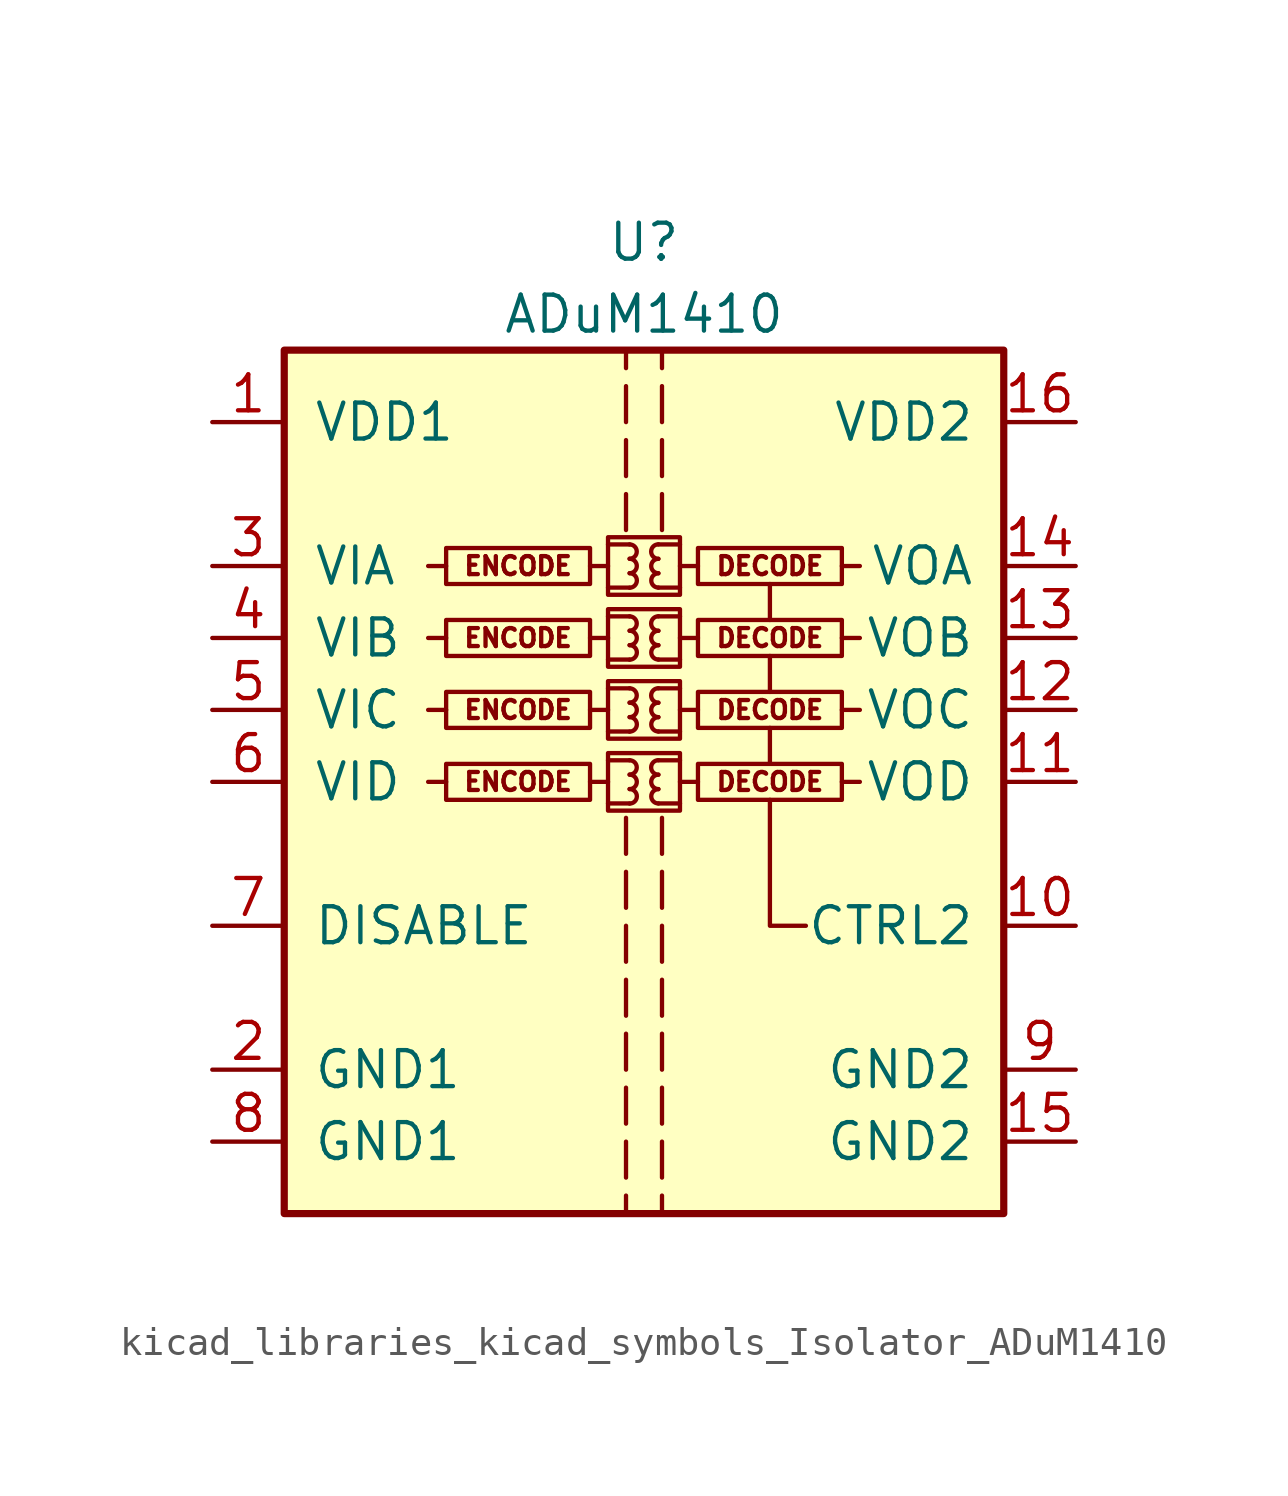
<source format=kicad_sym>
(kicad_symbol_lib
  (version 20220914)
  (generator kicad_symbol_editor)
  (symbol "kicad_libraries_kicad_symbols_Isolator_ADuM1410"
    (pin_names
      (offset 1.016))
    (property "Reference" "U"
      (at 0 19.05 0)
      (effects (font (size 1.27 1.27))))
    (property "Value" "ADuM1410"
      (at 0 16.51 0)
      (effects (font (size 1.27 1.27))))
    (symbol "kicad_libraries_kicad_symbols_Isolator_ADuM1410_0_0"
      (rectangle (start -1.905 0.635) (end -6.985 -0.635) (stroke (width 0) (type default)) (fill (type none)))
      (rectangle (start -1.27 1.016) (end 1.27 -1.016) (stroke (width 0) (type default)) (fill (type none)))
      (rectangle (start -1.27 3.556) (end 1.27 1.524) (stroke (width 0) (type default)) (fill (type none)))
      (rectangle (start -1.27 6.096) (end 1.27 4.064) (stroke (width 0) (type default)) (fill (type none)))
      (rectangle (start -1.27 8.636) (end 1.27 6.604) (stroke (width 0) (type default)) (fill (type none)))
      (arc (start -0.508 -0.762) (mid -0.2551 -0.508) (end -0.508 -0.254) (stroke (width 0) (type default)) (fill (type none)))
      (arc (start -0.508 -0.254) (mid -0.2551 0) (end -0.508 0.254) (stroke (width 0) (type default)) (fill (type none)))
      (arc (start -0.508 0.254) (mid -0.2551 0.508) (end -0.508 0.762) (stroke (width 0) (type default)) (fill (type none)))
      (arc (start -0.508 1.778) (mid -0.2551 2.032) (end -0.508 2.286) (stroke (width 0) (type default)) (fill (type none)))
      (arc (start -0.508 2.286) (mid -0.2551 2.54) (end -0.508 2.794) (stroke (width 0) (type default)) (fill (type none)))
      (arc (start -0.508 2.794) (mid -0.2551 3.048) (end -0.508 3.302) (stroke (width 0) (type default)) (fill (type none)))
      (arc (start -0.508 4.318) (mid -0.2551 4.572) (end -0.508 4.826) (stroke (width 0) (type default)) (fill (type none)))
      (arc (start -0.508 4.826) (mid -0.2551 5.08) (end -0.508 5.334) (stroke (width 0) (type default)) (fill (type none)))
      (arc (start -0.508 5.334) (mid -0.2551 5.588) (end -0.508 5.842) (stroke (width 0) (type default)) (fill (type none)))
      (arc (start -0.508 6.858) (mid -0.2551 7.112) (end -0.508 7.366) (stroke (width 0) (type default)) (fill (type none)))
      (arc (start -0.508 7.366) (mid -0.2551 7.62) (end -0.508 7.874) (stroke (width 0) (type default)) (fill (type none)))
      (arc (start -0.508 7.874) (mid -0.2551 8.128) (end -0.508 8.382) (stroke (width 0) (type default)) (fill (type none)))
      (polyline (pts (xy -6.985 0) (xy -7.62 0)) (stroke (width 0) (type default)) (fill (type none)))
      (polyline (pts (xy -6.985 2.54) (xy -7.62 2.54)) (stroke (width 0) (type default)) (fill (type none)))
      (polyline (pts (xy -6.985 5.08) (xy -7.62 5.08)) (stroke (width 0) (type default)) (fill (type none)))
      (polyline (pts (xy -6.985 7.62) (xy -7.62 7.62)) (stroke (width 0) (type default)) (fill (type none)))
      (polyline (pts (xy -1.905 0) (xy -1.27 0)) (stroke (width 0) (type default)) (fill (type none)))
      (polyline (pts (xy -1.905 2.54) (xy -1.27 2.54)) (stroke (width 0) (type default)) (fill (type none)))
      (polyline (pts (xy -1.905 5.08) (xy -1.27 5.08)) (stroke (width 0) (type default)) (fill (type none)))
      (polyline (pts (xy -1.905 7.62) (xy -1.27 7.62)) (stroke (width 0) (type default)) (fill (type none)))
      (polyline (pts (xy -1.27 -0.762) (xy -0.508 -0.762)) (stroke (width 0) (type default)) (fill (type none)))
      (polyline (pts (xy -1.27 0.762) (xy -0.508 0.762)) (stroke (width 0) (type default)) (fill (type none)))
      (polyline (pts (xy -1.27 1.778) (xy -0.508 1.778)) (stroke (width 0) (type default)) (fill (type none)))
      (polyline (pts (xy -1.27 3.302) (xy -0.508 3.302)) (stroke (width 0) (type default)) (fill (type none)))
      (polyline (pts (xy -1.27 4.318) (xy -0.508 4.318)) (stroke (width 0) (type default)) (fill (type none)))
      (polyline (pts (xy -1.27 5.842) (xy -0.508 5.842)) (stroke (width 0) (type default)) (fill (type none)))
      (polyline (pts (xy -1.27 6.858) (xy -0.508 6.858)) (stroke (width 0) (type default)) (fill (type none)))
      (polyline (pts (xy -1.27 8.382) (xy -0.508 8.382)) (stroke (width 0) (type default)) (fill (type none)))
      (polyline (pts (xy -0.635 -10.795) (xy -0.635 -12.065)) (stroke (width 0) (type default)) (fill (type none)))
      (polyline (pts (xy -0.635 -8.89) (xy -0.635 -10.16)) (stroke (width 0) (type default)) (fill (type none)))
      (polyline (pts (xy -0.635 -6.985) (xy -0.635 -8.255)) (stroke (width 0) (type default)) (fill (type none)))
      (polyline (pts (xy -0.635 -5.08) (xy -0.635 -6.35)) (stroke (width 0) (type default)) (fill (type none)))
      (polyline (pts (xy -0.635 -3.175) (xy -0.635 -4.445)) (stroke (width 0) (type default)) (fill (type none)))
      (polyline (pts (xy -0.635 -1.27) (xy -0.635 -2.54)) (stroke (width 0) (type default)) (fill (type none)))
      (polyline (pts (xy -0.635 8.89) (xy -0.635 10.16)) (stroke (width 0) (type default)) (fill (type none)))
      (polyline (pts (xy -0.635 10.795) (xy -0.635 12.065)) (stroke (width 0) (type default)) (fill (type none)))
      (polyline (pts (xy -0.635 12.7) (xy -0.635 13.97)) (stroke (width 0) (type default)) (fill (type none)))
      (polyline (pts (xy -0.635 15.24) (xy -0.635 14.605)) (stroke (width 0) (type default)) (fill (type none)))
      (polyline (pts (xy 0.635 -10.795) (xy 0.635 -12.065)) (stroke (width 0) (type default)) (fill (type none)))
      (polyline (pts (xy 0.635 -8.89) (xy 0.635 -10.16)) (stroke (width 0) (type default)) (fill (type none)))
      (polyline (pts (xy 0.635 -6.985) (xy 0.635 -8.255)) (stroke (width 0) (type default)) (fill (type none)))
      (polyline (pts (xy 0.635 -5.08) (xy 0.635 -6.35)) (stroke (width 0) (type default)) (fill (type none)))
      (polyline (pts (xy 0.635 -3.175) (xy 0.635 -4.445)) (stroke (width 0) (type default)) (fill (type none)))
      (polyline (pts (xy 0.635 -1.27) (xy 0.635 -2.54)) (stroke (width 0) (type default)) (fill (type none)))
      (polyline (pts (xy 0.635 8.89) (xy 0.635 10.16)) (stroke (width 0) (type default)) (fill (type none)))
      (polyline (pts (xy 0.635 12.065) (xy 0.635 10.795)) (stroke (width 0) (type default)) (fill (type none)))
      (polyline (pts (xy 0.635 13.97) (xy 0.635 12.7)) (stroke (width 0) (type default)) (fill (type none)))
      (polyline (pts (xy 0.635 14.605) (xy 0.635 15.24)) (stroke (width 0) (type default)) (fill (type none)))
      (polyline (pts (xy 1.27 -0.762) (xy 0.508 -0.762)) (stroke (width 0) (type default)) (fill (type none)))
      (polyline (pts (xy 1.27 0.762) (xy 0.508 0.762)) (stroke (width 0) (type default)) (fill (type none)))
      (polyline (pts (xy 1.27 1.778) (xy 0.508 1.778)) (stroke (width 0) (type default)) (fill (type none)))
      (polyline (pts (xy 1.27 3.302) (xy 0.508 3.302)) (stroke (width 0) (type default)) (fill (type none)))
      (polyline (pts (xy 1.27 4.318) (xy 0.508 4.318)) (stroke (width 0) (type default)) (fill (type none)))
      (polyline (pts (xy 1.27 5.842) (xy 0.508 5.842)) (stroke (width 0) (type default)) (fill (type none)))
      (polyline (pts (xy 1.27 6.858) (xy 0.508 6.858)) (stroke (width 0) (type default)) (fill (type none)))
      (polyline (pts (xy 1.27 8.382) (xy 0.508 8.382)) (stroke (width 0) (type default)) (fill (type none)))
      (polyline (pts (xy 1.905 0) (xy 1.27 0)) (stroke (width 0) (type default)) (fill (type none)))
      (polyline (pts (xy 1.905 2.54) (xy 1.27 2.54)) (stroke (width 0) (type default)) (fill (type none)))
      (polyline (pts (xy 1.905 5.08) (xy 1.27 5.08)) (stroke (width 0) (type default)) (fill (type none)))
      (polyline (pts (xy 1.905 7.62) (xy 1.27 7.62)) (stroke (width 0) (type default)) (fill (type none)))
      (polyline (pts (xy 4.445 0.635) (xy 4.445 1.905)) (stroke (width 0) (type default)) (fill (type none)))
      (polyline (pts (xy 4.445 3.175) (xy 4.445 4.445)) (stroke (width 0) (type default)) (fill (type none)))
      (polyline (pts (xy 4.445 5.715) (xy 4.445 6.985)) (stroke (width 0) (type default)) (fill (type none)))
      (polyline (pts (xy 6.985 0) (xy 7.62 0)) (stroke (width 0) (type default)) (fill (type none)))
      (polyline (pts (xy 6.985 2.54) (xy 7.62 2.54)) (stroke (width 0) (type default)) (fill (type none)))
      (polyline (pts (xy 6.985 5.08) (xy 7.62 5.08)) (stroke (width 0) (type default)) (fill (type none)))
      (polyline (pts (xy 6.985 7.62) (xy 7.62 7.62)) (stroke (width 0) (type default)) (fill (type none)))
      (polyline (pts (xy 5.715 -5.08) (xy 4.445 -5.08) (xy 4.445 -0.635)) (stroke (width 0) (type default)) (fill (type none)))
      (arc (start 0.508 -0.254) (mid 0.2551 -0.508) (end 0.508 -0.762) (stroke (width 0) (type default)) (fill (type none)))
      (arc (start 0.508 0.254) (mid 0.2551 0) (end 0.508 -0.254) (stroke (width 0) (type default)) (fill (type none)))
      (arc (start 0.508 0.762) (mid 0.2551 0.508) (end 0.508 0.254) (stroke (width 0) (type default)) (fill (type none)))
      (arc (start 0.508 2.286) (mid 0.2551 2.032) (end 0.508 1.778) (stroke (width 0) (type default)) (fill (type none)))
      (arc (start 0.508 2.794) (mid 0.2551 2.54) (end 0.508 2.286) (stroke (width 0) (type default)) (fill (type none)))
      (arc (start 0.508 3.302) (mid 0.2551 3.048) (end 0.508 2.794) (stroke (width 0) (type default)) (fill (type none)))
      (arc (start 0.508 4.826) (mid 0.2551 4.572) (end 0.508 4.318) (stroke (width 0) (type default)) (fill (type none)))
      (arc (start 0.508 5.334) (mid 0.2551 5.08) (end 0.508 4.826) (stroke (width 0) (type default)) (fill (type none)))
      (arc (start 0.508 5.842) (mid 0.2551 5.588) (end 0.508 5.334) (stroke (width 0) (type default)) (fill (type none)))
      (arc (start 0.508 7.366) (mid 0.2551 7.112) (end 0.508 6.858) (stroke (width 0) (type default)) (fill (type none)))
      (arc (start 0.508 7.874) (mid 0.2551 7.62) (end 0.508 7.366) (stroke (width 0) (type default)) (fill (type none)))
      (arc (start 0.508 8.382) (mid 0.2551 8.128) (end 0.508 7.874) (stroke (width 0) (type default)) (fill (type none)))
      (rectangle (start 1.905 0.635) (end 6.985 -0.635) (stroke (width 0) (type default)) (fill (type none)))
      (rectangle (start 1.905 3.175) (end 6.985 1.905) (stroke (width 0) (type default)) (fill (type none)))
      (rectangle (start 1.905 5.715) (end 6.985 4.445) (stroke (width 0) (type default)) (fill (type none)))
      (rectangle (start 1.905 8.255) (end 6.985 6.985) (stroke (width 0) (type default)) (fill (type none)))
      (text "DECODE" (at 4.445 0 0) (effects (font (size 0.635 0.635))))
      (text "DECODE" (at 4.445 2.54 0) (effects (font (size 0.635 0.635))))
      (text "DECODE" (at 4.445 5.08 0) (effects (font (size 0.635 0.635))))
      (text "DECODE" (at 4.445 7.62 0) (effects (font (size 0.635 0.635))))
      (text "ENCODE" (at -4.445 0 0) (effects (font (size 0.635 0.635))))
      (text "ENCODE" (at -4.445 2.54 0) (effects (font (size 0.635 0.635))))
      (text "ENCODE" (at -4.445 5.08 0) (effects (font (size 0.635 0.635))))
      (text "ENCODE" (at -4.445 7.62 0) (effects (font (size 0.635 0.635)))))
    (symbol "kicad_libraries_kicad_symbols_Isolator_ADuM1410_0_1"
      (rectangle (start -12.7 15.24) (end 12.7 -15.24) (stroke (width 0.254) (type default)) (fill (type background)))
      (rectangle (start -1.905 3.175) (end -6.985 1.905) (stroke (width 0) (type default)) (fill (type none)))
      (rectangle (start -1.905 5.715) (end -6.985 4.445) (stroke (width 0) (type default)) (fill (type none)))
      (rectangle (start -1.905 8.255) (end -6.985 6.985) (stroke (width 0) (type default)) (fill (type none)))
      (polyline (pts (xy -0.635 -14.605) (xy -0.635 -15.24)) (stroke (width 0) (type default)) (fill (type none)))
      (polyline (pts (xy -0.635 -12.7) (xy -0.635 -13.97)) (stroke (width 0) (type default)) (fill (type none)))
      (polyline (pts (xy 0.635 -14.605) (xy 0.635 -15.24)) (stroke (width 0) (type default)) (fill (type none)))
      (polyline (pts (xy 0.635 -12.7) (xy 0.635 -13.97)) (stroke (width 0) (type default)) (fill (type none))))
    (symbol "kicad_libraries_kicad_symbols_Isolator_ADuM1410_1_1"
      (pin power_in line (at -15.24 12.7 0) (length 2.54) (name "VDD1" (effects (font (size 1.27 1.27)))) (number "1" (effects (font (size 1.27 1.27)))))
      (pin input line (at 15.24 -5.08 180) (length 2.54) (name "CTRL2" (effects (font (size 1.27 1.27)))) (number "10" (effects (font (size 1.27 1.27)))))
      (pin output line (at 15.24 0 180) (length 2.54) (name "VOD" (effects (font (size 1.27 1.27)))) (number "11" (effects (font (size 1.27 1.27)))))
      (pin output line (at 15.24 2.54 180) (length 2.54) (name "VOC" (effects (font (size 1.27 1.27)))) (number "12" (effects (font (size 1.27 1.27)))))
      (pin output line (at 15.24 5.08 180) (length 2.54) (name "VOB" (effects (font (size 1.27 1.27)))) (number "13" (effects (font (size 1.27 1.27)))))
      (pin output line (at 15.24 7.62 180) (length 2.54) (name "VOA" (effects (font (size 1.27 1.27)))) (number "14" (effects (font (size 1.27 1.27)))))
      (pin power_in line (at 15.24 -12.7 180) (length 2.54) (name "GND2" (effects (font (size 1.27 1.27)))) (number "15" (effects (font (size 1.27 1.27)))))
      (pin power_in line (at 15.24 12.7 180) (length 2.54) (name "VDD2" (effects (font (size 1.27 1.27)))) (number "16" (effects (font (size 1.27 1.27)))))
      (pin power_in line (at -15.24 -10.16 0) (length 2.54) (name "GND1" (effects (font (size 1.27 1.27)))) (number "2" (effects (font (size 1.27 1.27)))))
      (pin input line (at -15.24 7.62 0) (length 2.54) (name "VIA" (effects (font (size 1.27 1.27)))) (number "3" (effects (font (size 1.27 1.27)))))
      (pin input line (at -15.24 5.08 0) (length 2.54) (name "VIB" (effects (font (size 1.27 1.27)))) (number "4" (effects (font (size 1.27 1.27)))))
      (pin input line (at -15.24 2.54 0) (length 2.54) (name "VIC" (effects (font (size 1.27 1.27)))) (number "5" (effects (font (size 1.27 1.27)))))
      (pin input line (at -15.24 0 0) (length 2.54) (name "VID" (effects (font (size 1.27 1.27)))) (number "6" (effects (font (size 1.27 1.27)))))
      (pin input line (at -15.24 -5.08 0) (length 2.54) (name "DISABLE" (effects (font (size 1.27 1.27)))) (number "7" (effects (font (size 1.27 1.27)))))
      (pin power_in line (at -15.24 -12.7 0) (length 2.54) (name "GND1" (effects (font (size 1.27 1.27)))) (number "8" (effects (font (size 1.27 1.27)))))
      (pin power_in line (at 15.24 -10.16 180) (length 2.54) (name "GND2" (effects (font (size 1.27 1.27)))) (number "9" (effects (font (size 1.27 1.27))))))))
</source>
